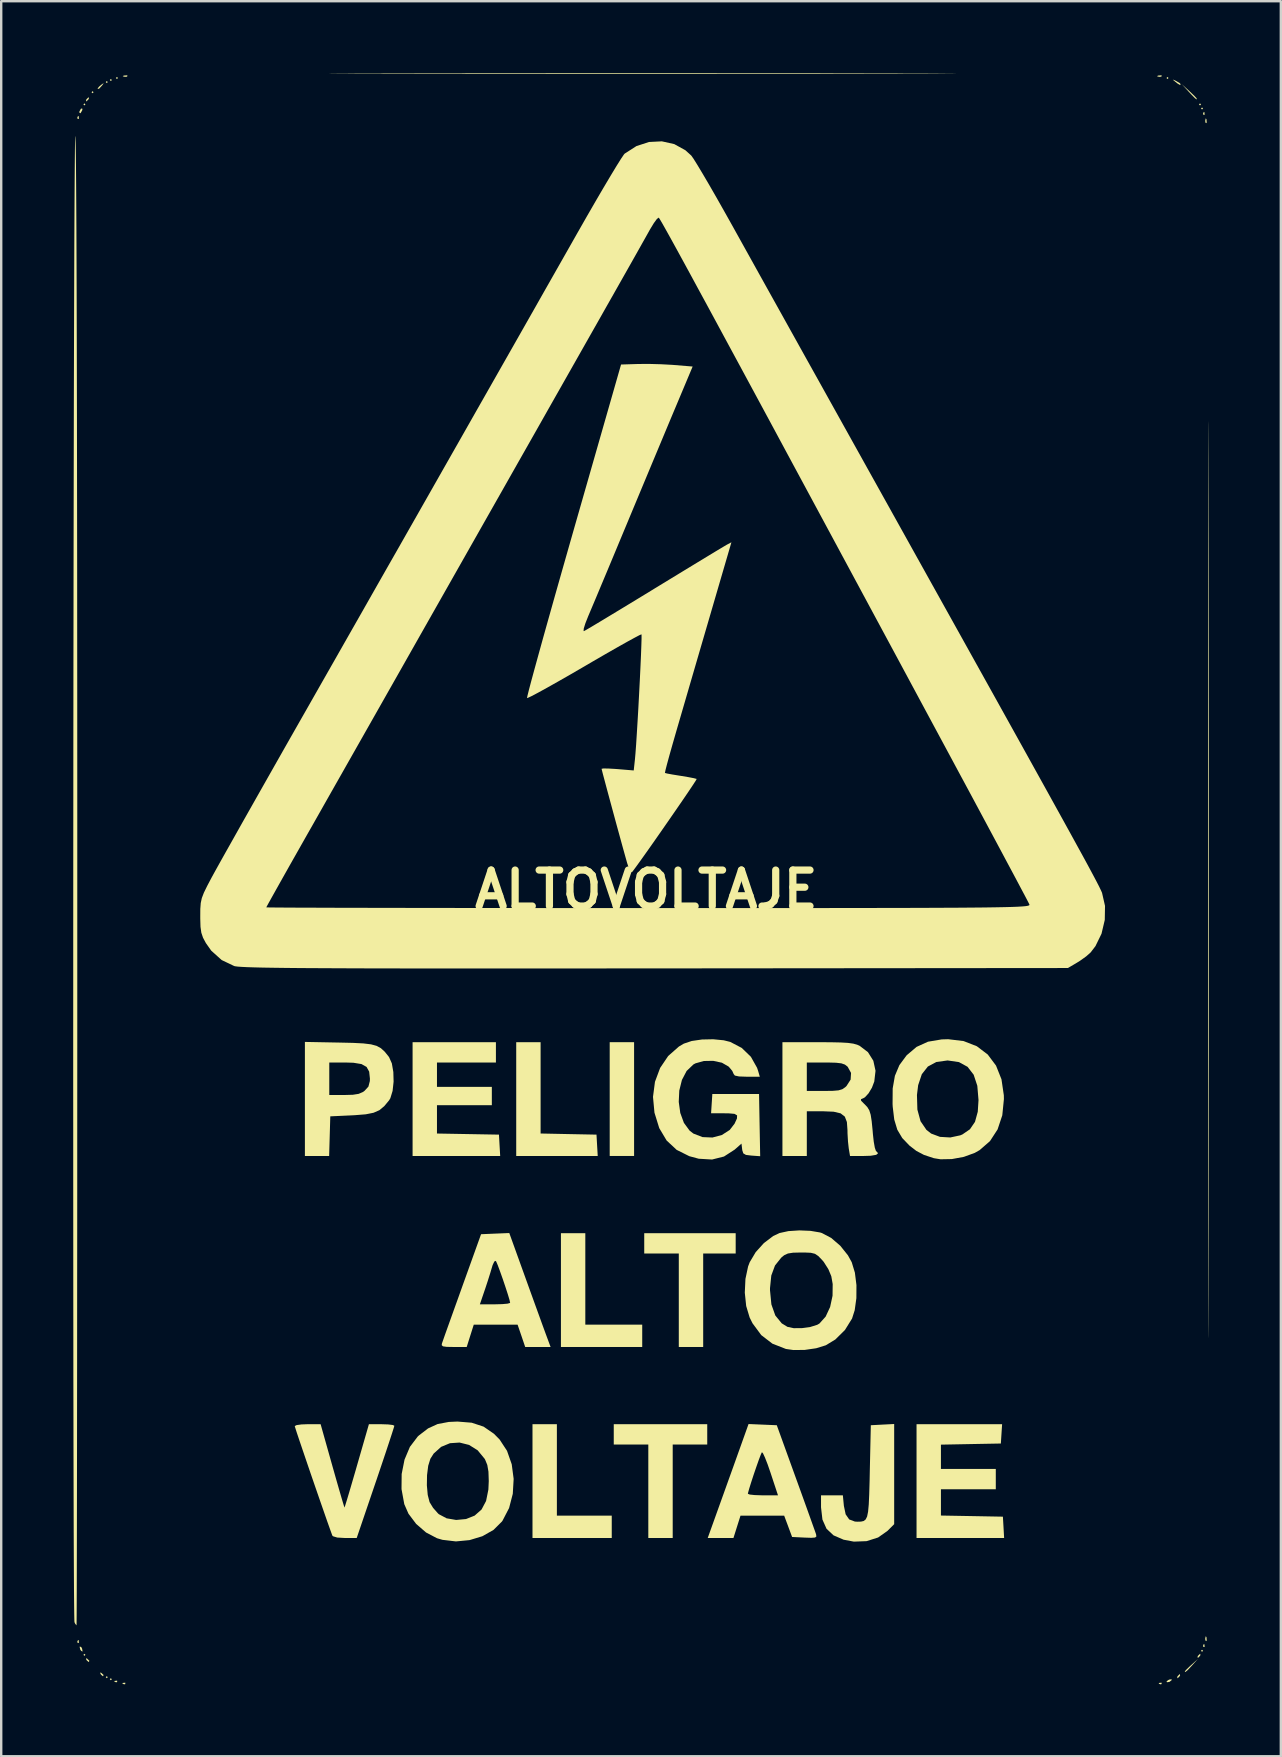
<source format=kicad_pcb>
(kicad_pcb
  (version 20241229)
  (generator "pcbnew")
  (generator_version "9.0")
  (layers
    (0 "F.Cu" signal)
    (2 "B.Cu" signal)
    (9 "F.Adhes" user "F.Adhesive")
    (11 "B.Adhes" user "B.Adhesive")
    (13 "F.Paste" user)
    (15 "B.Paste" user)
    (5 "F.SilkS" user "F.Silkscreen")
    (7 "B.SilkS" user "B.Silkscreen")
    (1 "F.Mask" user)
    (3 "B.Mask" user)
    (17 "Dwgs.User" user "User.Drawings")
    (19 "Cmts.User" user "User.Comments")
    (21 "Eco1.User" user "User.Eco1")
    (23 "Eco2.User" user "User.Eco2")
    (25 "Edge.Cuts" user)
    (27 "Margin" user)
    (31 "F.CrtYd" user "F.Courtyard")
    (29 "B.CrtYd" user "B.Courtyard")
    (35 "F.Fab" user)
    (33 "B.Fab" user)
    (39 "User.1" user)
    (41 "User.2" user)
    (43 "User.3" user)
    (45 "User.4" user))
  (footprint "ALTOVOLTAJE"
    (layer "F.Cu")
    (at 23.878 34.024)
    (property "Reference" "ALTOVOLTAJE" (at 0 0 0) (layer "F.SilkS") (effects (font (size 1.5 1.5) (thickness 0.3))))
    (attr board_only exclude_from_pos_files exclude_from_bom)
    (fp_poly (pts (xy -23.368 -32.724) (xy -23.41 -32.681) (xy -23.453 -32.724) (xy -23.41 -32.766)) (stroke (width 0) (type solid)) (fill yes) (layer "F.SilkS"))
    (fp_poly (pts (xy -23.368 31.877) (xy -23.41 31.919) (xy -23.453 31.877) (xy -23.41 31.835)) (stroke (width 0) (type solid)) (fill yes) (layer "F.SilkS"))
    (fp_poly (pts (xy -23.029 -33.232) (xy -23.072 -33.189) (xy -23.114 -33.232) (xy -23.072 -33.274)) (stroke (width 0) (type solid)) (fill yes) (layer "F.SilkS"))
    (fp_poly (pts (xy -22.437 -33.655) (xy -22.479 -33.613) (xy -22.521 -33.655) (xy -22.479 -33.697)) (stroke (width 0) (type solid)) (fill yes) (layer "F.SilkS"))
    (fp_poly (pts (xy -22.437 32.808) (xy -22.479 32.851) (xy -22.521 32.808) (xy -22.479 32.766)) (stroke (width 0) (type solid)) (fill yes) (layer "F.SilkS"))
    (fp_poly (pts (xy -22.267 -33.74) (xy -22.31 -33.697) (xy -22.352 -33.74) (xy -22.31 -33.782)) (stroke (width 0) (type solid)) (fill yes) (layer "F.SilkS"))
    (fp_poly (pts (xy -22.267 32.893) (xy -22.31 32.935) (xy -22.352 32.893) (xy -22.31 32.851)) (stroke (width 0) (type solid)) (fill yes) (layer "F.SilkS"))
    (fp_poly (pts (xy -22.013 -33.824) (xy -22.056 -33.782) (xy -22.098 -33.824) (xy -22.056 -33.867)) (stroke (width 0) (type solid)) (fill yes) (layer "F.SilkS"))
    (fp_poly (pts (xy 21.759 -33.824) (xy 21.717 -33.782) (xy 21.675 -33.824) (xy 21.717 -33.867)) (stroke (width 0) (type solid)) (fill yes) (layer "F.SilkS"))
    (fp_poly (pts (xy 23.114 -32.724) (xy 23.072 -32.681) (xy 23.029 -32.724) (xy 23.072 -32.766)) (stroke (width 0) (type solid)) (fill yes) (layer "F.SilkS"))
    (fp_poly (pts (xy 23.199 -32.554) (xy 23.156 -32.512) (xy 23.114 -32.554) (xy 23.156 -32.597)) (stroke (width 0) (type solid)) (fill yes) (layer "F.SilkS"))
    (fp_poly (pts (xy 23.199 31.708) (xy 23.156 31.75) (xy 23.114 31.708) (xy 23.156 31.665)) (stroke (width 0) (type solid)) (fill yes) (layer "F.SilkS"))
    (fp_poly (pts (xy -23.65 -32.23) (xy -23.64 -32.129) (xy -23.65 -32.117) (xy -23.701 -32.129) (xy -23.707 -32.173) (xy -23.676 -32.243)) (stroke (width 0) (type solid)) (fill yes) (layer "F.SilkS"))
    (fp_poly (pts (xy -23.65 31.27) (xy -23.64 31.371) (xy -23.65 31.383) (xy -23.701 31.371) (xy -23.707 31.327) (xy -23.676 31.257)) (stroke (width 0) (type solid)) (fill yes) (layer "F.SilkS"))
    (fp_poly (pts (xy -22.042 32.964) (xy -22.053 33.014) (xy -22.098 33.02) (xy -22.168 32.989) (xy -22.154 32.964) (xy -22.054 32.953)) (stroke (width 0) (type solid)) (fill yes) (layer "F.SilkS"))
    (fp_poly (pts (xy -21.703 33.048) (xy -21.715 33.099) (xy -21.759 33.105) (xy -21.829 33.074) (xy -21.816 33.048) (xy -21.715 33.038)) (stroke (width 0) (type solid)) (fill yes) (layer "F.SilkS"))
    (fp_poly (pts (xy -21.613 -33.918) (xy -21.638 -33.879) (xy -21.724 -33.873) (xy -21.814 -33.894) (xy -21.775 -33.925) (xy -21.643 -33.935)) (stroke (width 0) (type solid)) (fill yes) (layer "F.SilkS"))
    (fp_poly (pts (xy 21.477 33.048) (xy 21.465 33.099) (xy 21.421 33.105) (xy 21.351 33.074) (xy 21.364 33.048) (xy 21.465 33.038)) (stroke (width 0) (type solid)) (fill yes) (layer "F.SilkS"))
    (fp_poly (pts (xy 21.482 -33.918) (xy 21.457 -33.879) (xy 21.371 -33.873) (xy 21.281 -33.894) (xy 21.32 -33.925) (xy 21.452 -33.935)) (stroke (width 0) (type solid)) (fill yes) (layer "F.SilkS"))
    (fp_poly (pts (xy 23.255 -32.399) (xy 23.265 -32.299) (xy 23.255 -32.286) (xy 23.205 -32.298) (xy 23.199 -32.343) (xy 23.23 -32.412)) (stroke (width 0) (type solid)) (fill yes) (layer "F.SilkS"))
    (fp_poly (pts (xy 23.255 31.44) (xy 23.265 31.54) (xy 23.255 31.552) (xy 23.205 31.541) (xy 23.199 31.496) (xy 23.23 31.426)) (stroke (width 0) (type solid)) (fill yes) (layer "F.SilkS"))
    (fp_poly (pts (xy 23.341 -32.105) (xy 23.351 -31.972) (xy 23.334 -31.942) (xy 23.296 -31.968) (xy 23.29 -32.053) (xy 23.311 -32.144)) (stroke (width 0) (type solid)) (fill yes) (layer "F.SilkS"))
    (fp_poly (pts (xy 23.341 31.141) (xy 23.351 31.274) (xy 23.334 31.304) (xy 23.296 31.278) (xy 23.29 31.193) (xy 23.311 31.102)) (stroke (width 0) (type solid)) (fill yes) (layer "F.SilkS"))
    (fp_poly (pts (xy -23.54 31.558) (xy -23.508 31.619) (xy -23.486 31.739) (xy -23.543 31.715) (xy -23.583 31.66) (xy -23.609 31.549) (xy -23.599 31.529)) (stroke (width 0) (type solid)) (fill yes) (layer "F.SilkS"))
    (fp_poly (pts (xy -23.49 -32.54) (xy -23.505 -32.474) (xy -23.573 -32.355) (xy -23.618 -32.375) (xy -23.622 -32.422) (xy -23.561 -32.537) (xy -23.538 -32.554)) (stroke (width 0) (type solid)) (fill yes) (layer "F.SilkS"))
    (fp_poly (pts (xy -23.296 32.038) (xy -23.206 32.123) (xy -23.224 32.173) (xy -23.236 32.173) (xy -23.308 32.113) (xy -23.334 32.076) (xy -23.344 32.018)) (stroke (width 0) (type solid)) (fill yes) (layer "F.SilkS"))
    (fp_poly (pts (xy -22.704 32.631) (xy -22.613 32.716) (xy -22.632 32.765) (xy -22.643 32.766) (xy -22.715 32.706) (xy -22.741 32.668) (xy -22.751 32.61)) (stroke (width 0) (type solid)) (fill yes) (layer "F.SilkS"))
    (fp_poly (pts (xy 21.886 32.936) (xy 21.795 33.006) (xy 21.698 33.018) (xy 21.675 32.987) (xy 21.741 32.932) (xy 21.806 32.903) (xy 21.893 32.897)) (stroke (width 0) (type solid)) (fill yes) (layer "F.SilkS"))
    (fp_poly (pts (xy -23.225 -32.965) (xy -23.241 -32.935) (xy -23.321 -32.854) (xy -23.336 -32.851) (xy -23.341 -32.905) (xy -23.326 -32.935) (xy -23.246 -33.016) (xy -23.231 -33.02)) (stroke (width 0) (type solid)) (fill yes) (layer "F.SilkS"))
    (fp_poly (pts (xy -22.633 -33.568) (xy -22.68 -33.507) (xy -22.803 -33.375) (xy -22.859 -33.376) (xy -22.86 -33.391) (xy -22.802 -33.461) (xy -22.712 -33.539) (xy -22.612 -33.612)) (stroke (width 0) (type solid)) (fill yes) (layer "F.SilkS"))
    (fp_poly (pts (xy -0.508 8.721) (xy -0.508 11.091) (xy -1.016 11.091) (xy -1.524 11.091) (xy -1.524 8.721) (xy -1.524 6.35) (xy -1.016 6.35) (xy -0.508 6.35)) (stroke (width 0) (type solid)) (fill yes) (layer "F.SilkS"))
    (fp_poly (pts (xy 21.972 -33.749) (xy 22.077 -33.699) (xy 22.221 -33.615) (xy 22.267 -33.567) (xy 22.241 -33.532) (xy 22.139 -33.591) (xy 22.051 -33.66) (xy 21.942 -33.751)) (stroke (width 0) (type solid)) (fill yes) (layer "F.SilkS"))
    (fp_poly (pts (xy 22.241 32.736) (xy 22.225 32.766) (xy 22.145 32.847) (xy 22.13 32.851) (xy 22.125 32.796) (xy 22.14 32.766) (xy 22.22 32.685) (xy 22.235 32.681)) (stroke (width 0) (type solid)) (fill yes) (layer "F.SilkS"))
    (fp_poly (pts (xy 23.087 31.889) (xy 23.072 31.919) (xy 22.992 32) (xy 22.977 32.004) (xy 22.971 31.949) (xy 22.987 31.919) (xy 23.067 31.838) (xy 23.082 31.835)) (stroke (width 0) (type solid)) (fill yes) (layer "F.SilkS"))
    (fp_poly (pts (xy 22.627 -33.279) (xy 22.834 -33.083) (xy 22.93 -32.977) (xy 22.934 -32.937) (xy 22.919 -32.935) (xy 22.852 -32.992) (xy 22.71 -33.137) (xy 22.601 -33.253) (xy 22.31 -33.57)) (stroke (width 0) (type solid)) (fill yes) (layer "F.SilkS"))
    (fp_poly (pts (xy 22.738 32.322) (xy 22.558 32.514) (xy 22.464 32.592) (xy 22.437 32.571) (xy 22.437 32.57) (xy 22.493 32.503) (xy 22.636 32.364) (xy 22.712 32.295) (xy 22.987 32.046)) (stroke (width 0) (type solid)) (fill yes) (layer "F.SilkS"))
    (fp_poly (pts (xy -4.403 8.253) (xy -4.403 10.155) (xy -3.239 10.179) (xy -2.074 10.202) (xy -2.049 10.647) (xy -2.023 11.091) (xy -3.721 11.091) (xy -5.419 11.091) (xy -5.419 8.721) (xy -5.419 6.35) (xy -4.911 6.35) (xy -4.403 6.35)) (stroke (width 0) (type solid)) (fill yes) (layer "F.SilkS"))
    (fp_poly (pts (xy -3.725 24.172) (xy -3.725 26.077) (xy -2.582 26.077) (xy -1.439 26.077) (xy -1.439 26.543) (xy -1.439 27.009) (xy -3.09 27.009) (xy -4.741 27.009) (xy -4.741 24.638) (xy -4.741 22.267) (xy -4.233 22.267) (xy -3.725 22.267)) (stroke (width 0) (type solid)) (fill yes) (layer "F.SilkS"))
    (fp_poly (pts (xy -2.54 16.214) (xy -2.54 18.119) (xy -1.355 18.119) (xy -0.169 18.119) (xy -0.169 18.584) (xy -0.169 19.05) (xy -1.863 19.05) (xy -3.556 19.05) (xy -3.556 16.679) (xy -3.556 14.309) (xy -3.048 14.309) (xy -2.54 14.309)) (stroke (width 0) (type solid)) (fill yes) (layer "F.SilkS"))
    (fp_poly (pts (xy 2.54 22.691) (xy 2.54 23.114) (xy 1.82 23.114) (xy 1.101 23.114) (xy 1.101 25.061) (xy 1.101 27.009) (xy 0.593 27.009) (xy 0.085 27.009) (xy 0.085 25.061) (xy 0.085 23.114) (xy -0.635 23.114) (xy -1.355 23.114) (xy -1.355 22.691) (xy -1.355 22.267) (xy 0.593 22.267) (xy 2.54 22.267)) (stroke (width 0) (type solid)) (fill yes) (layer "F.SilkS"))
    (fp_poly (pts (xy 3.725 14.732) (xy 3.725 15.155) (xy 3.048 15.155) (xy 2.371 15.155) (xy 2.371 17.103) (xy 2.371 19.05) (xy 1.863 19.05) (xy 1.355 19.05) (xy 1.355 17.103) (xy 1.355 15.155) (xy 0.635 15.155) (xy -0.085 15.155) (xy -0.085 14.732) (xy -0.085 14.309) (xy 1.82 14.309) (xy 3.725 14.309)) (stroke (width 0) (type solid)) (fill yes) (layer "F.SilkS"))
    (fp_poly (pts (xy -6.265 6.773) (xy -6.265 7.197) (xy -7.493 7.197) (xy -8.721 7.197) (xy -8.721 7.705) (xy -8.721 8.213) (xy -7.578 8.213) (xy -6.435 8.213) (xy -6.435 8.594) (xy -6.435 8.975) (xy -7.578 8.975) (xy -8.721 8.975) (xy -8.721 9.565) (xy -8.721 10.156) (xy -7.429 10.179) (xy -6.138 10.202) (xy -6.113 10.647) (xy -6.087 11.091) (xy -7.912 11.091) (xy -9.737 11.091) (xy -9.737 8.721) (xy -9.737 6.35) (xy -8.001 6.35) (xy -6.265 6.35)) (stroke (width 0) (type solid)) (fill yes) (layer "F.SilkS"))
    (fp_poly (pts (xy 14.8 22.669) (xy 14.774 23.072) (xy 13.525 23.095) (xy 12.277 23.119) (xy 12.277 23.624) (xy 12.277 24.13) (xy 13.42 24.13) (xy 14.563 24.13) (xy 14.563 24.553) (xy 14.563 24.977) (xy 13.42 24.977) (xy 12.277 24.977) (xy 12.277 25.525) (xy 12.277 26.073) (xy 13.568 26.096) (xy 14.859 26.12) (xy 14.885 26.564) (xy 14.91 27.009) (xy 13.085 27.009) (xy 11.261 27.009) (xy 11.261 24.638) (xy 11.261 22.267) (xy 13.043 22.267) (xy 14.826 22.267)) (stroke (width 0) (type solid)) (fill yes) (layer "F.SilkS"))
    (fp_poly (pts (xy 10.329 24.346) (xy 10.329 26.433) (xy 10.05 26.712) (xy 9.659 26.988) (xy 9.18 27.14) (xy 8.649 27.16) (xy 8.223 27.08) (xy 7.801 26.898) (xy 7.51 26.623) (xy 7.34 26.242) (xy 7.282 25.74) (xy 7.281 25.705) (xy 7.281 25.231) (xy 7.736 25.231) (xy 8.191 25.231) (xy 8.233 25.668) (xy 8.307 26.022) (xy 8.455 26.235) (xy 8.693 26.324) (xy 8.8 26.33) (xy 8.945 26.326) (xy 9.057 26.301) (xy 9.14 26.237) (xy 9.201 26.114) (xy 9.242 25.912) (xy 9.27 25.611) (xy 9.289 25.192) (xy 9.305 24.634) (xy 9.313 24.239) (xy 9.356 22.31) (xy 9.842 22.284) (xy 10.329 22.259)) (stroke (width 0) (type solid)) (fill yes) (layer "F.SilkS"))
    (fp_poly (pts (xy -13.08 24.003) (xy -12.935 24.515) (xy -12.805 24.967) (xy -12.698 25.336) (xy -12.62 25.598) (xy -12.579 25.728) (xy -12.574 25.739) (xy -12.547 25.661) (xy -12.48 25.445) (xy -12.38 25.112) (xy -12.256 24.688) (xy -12.112 24.195) (xy -12.057 24.003) (xy -11.557 22.268) (xy -11.028 22.268) (xy -10.753 22.277) (xy -10.561 22.301) (xy -10.497 22.331) (xy -10.523 22.424) (xy -10.597 22.657) (xy -10.712 23.009) (xy -10.861 23.459) (xy -11.038 23.986) (xy -11.235 24.57) (xy -11.28 24.701) (xy -12.065 27.008) (xy -12.554 27.009) (xy -12.876 26.99) (xy -13.055 26.936) (xy -13.083 26.903) (xy -13.17 26.662) (xy -13.294 26.314) (xy -13.444 25.883) (xy -13.614 25.394) (xy -13.795 24.871) (xy -13.978 24.34) (xy -14.154 23.824) (xy -14.316 23.348) (xy -14.455 22.938) (xy -14.562 22.618) (xy -14.628 22.412) (xy -14.647 22.345) (xy -14.57 22.305) (xy -14.369 22.277) (xy -14.108 22.267) (xy -13.569 22.267)) (stroke (width 0) (type solid)) (fill yes) (layer "F.SilkS"))
    (fp_poly (pts (xy -12.791 6.366) (xy -12.219 6.379) (xy -11.789 6.401) (xy -11.47 6.44) (xy -11.236 6.503) (xy -11.057 6.601) (xy -10.904 6.74) (xy -10.75 6.929) (xy -10.716 6.975) (xy -10.601 7.234) (xy -10.539 7.594) (xy -10.528 7.996) (xy -10.57 8.38) (xy -10.664 8.686) (xy -10.716 8.773) (xy -10.917 9.015) (xy -11.119 9.183) (xy -11.363 9.29) (xy -11.687 9.355) (xy -12.132 9.391) (xy -12.261 9.398) (xy -13.166 9.44) (xy -13.19 10.266) (xy -13.214 11.091) (xy -13.719 11.091) (xy -14.224 11.091) (xy -14.224 8.715) (xy -14.224 7.874) (xy -13.208 7.874) (xy -13.208 8.551) (xy -12.584 8.551) (xy -12.226 8.541) (xy -11.985 8.503) (xy -11.811 8.428) (xy -11.738 8.376) (xy -11.577 8.2) (xy -11.518 7.97) (xy -11.515 7.868) (xy -11.546 7.577) (xy -11.655 7.381) (xy -11.866 7.262) (xy -12.203 7.207) (xy -12.531 7.197) (xy -13.208 7.197) (xy -13.208 7.874) (xy -14.224 7.874) (xy -14.224 6.339)) (stroke (width 0) (type solid)) (fill yes) (layer "F.SilkS"))
    (fp_poly (pts (xy 4.849 22.285) (xy 5.438 22.31) (xy 6.231 24.504) (xy 6.442 25.086) (xy 6.635 25.622) (xy 6.803 26.09) (xy 6.937 26.466) (xy 7.031 26.728) (xy 7.075 26.855) (xy 7.075 26.858) (xy 7.088 26.944) (xy 7.034 26.989) (xy 6.879 27.001) (xy 6.601 26.992) (xy 6.076 26.966) (xy 5.911 26.522) (xy 5.745 26.077) (xy 4.836 26.077) (xy 3.926 26.077) (xy 3.779 26.543) (xy 3.632 27.009) (xy 3.096 27.009) (xy 2.56 27.009) (xy 3.008 25.76) (xy 3.208 25.203) (xy 3.221 25.167) (xy 4.233 25.167) (xy 4.311 25.198) (xy 4.516 25.22) (xy 4.808 25.23) (xy 4.861 25.231) (xy 5.488 25.231) (xy 5.181 24.301) (xy 5.057 23.942) (xy 4.946 23.659) (xy 4.863 23.48) (xy 4.818 23.433) (xy 4.772 23.533) (xy 4.689 23.752) (xy 4.585 24.047) (xy 4.473 24.375) (xy 4.369 24.694) (xy 4.286 24.961) (xy 4.239 25.132) (xy 4.233 25.167) (xy 3.221 25.167) (xy 3.43 24.583) (xy 3.65 23.971) (xy 3.84 23.438) (xy 3.859 23.386) (xy 4.261 22.26)) (stroke (width 0) (type solid)) (fill yes) (layer "F.SilkS"))
    (fp_poly (pts (xy 2.367 -34.023) (xy 4.331 -34.022) (xy 6.228 -34.021) (xy 8.029 -34.019) (xy 9.703 -34.016) (xy 10.435 -34.015) (xy 11.254 -34.013) (xy 11.906 -34.011) (xy 12.395 -34.009) (xy 12.724 -34.008) (xy 12.896 -34.006) (xy 12.913 -34.005) (xy 12.78 -34.003) (xy 12.499 -34.002) (xy 12.073 -34) (xy 11.505 -33.999) (xy 10.798 -33.998) (xy 9.956 -33.997) (xy 8.981 -33.996) (xy 7.876 -33.995) (xy 6.645 -33.994) (xy 5.29 -33.994) (xy 3.815 -33.993) (xy 2.223 -33.993) (xy 0.516 -33.993) (xy -0.169 -33.993) (xy -1.919 -33.993) (xy -3.556 -33.993) (xy -5.076 -33.994) (xy -6.477 -33.994) (xy -7.756 -33.995) (xy -8.91 -33.996) (xy -9.935 -33.996) (xy -10.829 -33.997) (xy -11.588 -33.999) (xy -12.21 -34) (xy -12.691 -34.001) (xy -13.028 -34.002) (xy -13.218 -34.004) (xy -13.259 -34.005) (xy -13.147 -34.007) (xy -12.879 -34.009) (xy -12.452 -34.011) (xy -11.862 -34.012) (xy -11.108 -34.014) (xy -10.774 -34.015) (xy -9.168 -34.018) (xy -7.423 -34.02) (xy -5.567 -34.022) (xy -3.631 -34.023) (xy -1.644 -34.024) (xy 0.366 -34.024)) (stroke (width 0) (type solid)) (fill yes) (layer "F.SilkS"))
    (fp_poly (pts (xy -5.043 16.147) (xy -4.84 16.71) (xy -4.644 17.252) (xy -4.466 17.743) (xy -4.319 18.15) (xy -4.212 18.442) (xy -4.183 18.521) (xy -3.987 19.05) (xy -4.516 19.05) (xy -5.045 19.05) (xy -5.203 18.584) (xy -5.362 18.119) (xy -6.275 18.119) (xy -7.188 18.119) (xy -7.335 18.584) (xy -7.482 19.05) (xy -8.022 19.05) (xy -8.314 19.045) (xy -8.471 19.023) (xy -8.524 18.973) (xy -8.514 18.902) (xy -8.473 18.786) (xy -8.384 18.532) (xy -8.252 18.163) (xy -8.087 17.702) (xy -7.933 17.272) (xy -6.933 17.272) (xy -6.303 17.272) (xy -6 17.264) (xy -5.777 17.244) (xy -5.675 17.214) (xy -5.673 17.209) (xy -5.699 17.088) (xy -5.769 16.854) (xy -5.868 16.55) (xy -5.98 16.218) (xy -6.092 15.902) (xy -6.188 15.644) (xy -6.255 15.487) (xy -6.27 15.462) (xy -6.331 15.487) (xy -6.402 15.637) (xy -6.426 15.716) (xy -6.499 15.963) (xy -6.605 16.299) (xy -6.721 16.651) (xy -6.724 16.658) (xy -6.933 17.272) (xy -7.933 17.272) (xy -7.896 17.17) (xy -7.688 16.589) (xy -7.675 16.552) (xy -6.884 14.351) (xy -6.296 14.326) (xy -5.708 14.302)) (stroke (width 0) (type solid)) (fill yes) (layer "F.SilkS"))
    (fp_poly (pts (xy 13.22 6.303) (xy 13.773 6.519) (xy 14.227 6.864) (xy 14.573 7.326) (xy 14.8 7.896) (xy 14.898 8.562) (xy 14.901 8.721) (xy 14.834 9.395) (xy 14.638 9.984) (xy 14.321 10.472) (xy 13.891 10.846) (xy 13.685 10.963) (xy 13.232 11.128) (xy 12.734 11.22) (xy 12.26 11.229) (xy 11.98 11.183) (xy 11.57 11.047) (xy 11.251 10.879) (xy 10.969 10.661) (xy 10.666 10.345) (xy 10.459 9.996) (xy 10.332 9.573) (xy 10.268 9.035) (xy 10.262 8.92) (xy 10.265 8.55) (xy 11.278 8.55) (xy 11.296 9.159) (xy 11.428 9.644) (xy 11.673 10.004) (xy 11.869 10.157) (xy 12.238 10.295) (xy 12.667 10.32) (xy 13.084 10.231) (xy 13.173 10.193) (xy 13.486 9.978) (xy 13.696 9.67) (xy 13.812 9.248) (xy 13.843 8.763) (xy 13.793 8.167) (xy 13.641 7.706) (xy 13.387 7.377) (xy 13.028 7.18) (xy 12.564 7.112) (xy 12.548 7.112) (xy 12.087 7.175) (xy 11.732 7.365) (xy 11.48 7.686) (xy 11.328 8.142) (xy 11.278 8.55) (xy 10.265 8.55) (xy 10.267 8.277) (xy 10.359 7.751) (xy 10.546 7.306) (xy 10.839 6.909) (xy 10.856 6.89) (xy 11.262 6.546) (xy 11.737 6.33) (xy 12.309 6.234) (xy 12.578 6.226)) (stroke (width 0) (type solid)) (fill yes) (layer "F.SilkS"))
    (fp_poly (pts (xy -7.274 22.205) (xy -6.778 22.369) (xy -6.347 22.666) (xy -6.112 22.904) (xy -5.802 23.377) (xy -5.606 23.938) (xy -5.526 24.547) (xy -5.562 25.167) (xy -5.716 25.76) (xy -5.988 26.285) (xy -6.015 26.323) (xy -6.367 26.673) (xy -6.83 26.935) (xy -7.364 27.097) (xy -7.932 27.151) (xy -8.492 27.085) (xy -8.721 27.018) (xy -9.176 26.779) (xy -9.587 26.424) (xy -9.909 25.996) (xy -10.083 25.599) (xy -10.198 24.972) (xy -10.197 24.816) (xy -9.142 24.816) (xy -9.106 25.215) (xy -9.029 25.513) (xy -8.884 25.752) (xy -8.678 25.985) (xy -8.641 26.018) (xy -8.319 26.189) (xy -7.922 26.257) (xy -7.511 26.219) (xy -7.152 26.076) (xy -6.863 25.821) (xy -6.675 25.466) (xy -6.579 24.992) (xy -6.563 24.638) (xy -6.576 24.246) (xy -6.624 23.965) (xy -6.717 23.739) (xy -6.736 23.707) (xy -7.025 23.356) (xy -7.383 23.131) (xy -7.779 23.032) (xy -8.179 23.059) (xy -8.549 23.212) (xy -8.859 23.492) (xy -8.996 23.708) (xy -9.086 23.999) (xy -9.135 24.389) (xy -9.142 24.816) (xy -10.197 24.816) (xy -10.192 24.342) (xy -10.073 23.743) (xy -9.849 23.212) (xy -9.526 22.785) (xy -9.474 22.736) (xy -9.091 22.442) (xy -8.695 22.261) (xy -8.23 22.173) (xy -7.869 22.157)) (stroke (width 0) (type solid)) (fill yes) (layer "F.SilkS"))
    (fp_poly (pts (xy 23.424 -19.385) (xy 23.425 -19.096) (xy 23.426 -18.649) (xy 23.428 -18.041) (xy 23.429 -17.27) (xy 23.431 -16.334) (xy 23.431 -15.896) (xy 23.434 -13.973) (xy 23.436 -11.904) (xy 23.438 -9.715) (xy 23.439 -7.43) (xy 23.44 -5.074) (xy 23.44 -2.67) (xy 23.44 -0.244) (xy 23.44 2.18) (xy 23.44 4.579) (xy 23.439 6.926) (xy 23.437 9.198) (xy 23.436 11.371) (xy 23.434 13.42) (xy 23.431 15.05) (xy 23.43 16.056) (xy 23.429 16.895) (xy 23.427 17.57) (xy 23.426 18.083) (xy 23.424 18.437) (xy 23.423 18.635) (xy 23.422 18.678) (xy 23.42 18.57) (xy 23.419 18.312) (xy 23.418 17.908) (xy 23.417 17.36) (xy 23.416 16.671) (xy 23.415 15.842) (xy 23.414 14.877) (xy 23.413 13.778) (xy 23.413 12.548) (xy 23.412 11.189) (xy 23.411 9.704) (xy 23.411 8.095) (xy 23.41 6.365) (xy 23.41 4.516) (xy 23.41 2.55) (xy 23.41 0.472) (xy 23.41 -0.423) (xy 23.41 -2.549) (xy 23.41 -4.561) (xy 23.41 -6.459) (xy 23.411 -8.239) (xy 23.411 -9.898) (xy 23.412 -11.435) (xy 23.412 -12.847) (xy 23.413 -14.131) (xy 23.414 -15.284) (xy 23.415 -16.305) (xy 23.416 -17.19) (xy 23.417 -17.938) (xy 23.418 -18.545) (xy 23.419 -19.009) (xy 23.42 -19.327) (xy 23.421 -19.498) (xy 23.422 -19.518)) (stroke (width 0) (type solid)) (fill yes) (layer "F.SilkS"))
    (fp_poly (pts (xy 6.842 14.211) (xy 7.239 14.278) (xy 7.317 14.302) (xy 7.706 14.507) (xy 8.083 14.832) (xy 8.401 15.229) (xy 8.56 15.517) (xy 8.692 15.952) (xy 8.757 16.472) (xy 8.754 17.015) (xy 8.684 17.519) (xy 8.574 17.865) (xy 8.277 18.343) (xy 7.876 18.739) (xy 7.48 18.979) (xy 7.078 19.103) (xy 6.601 19.172) (xy 6.131 19.177) (xy 5.818 19.132) (xy 5.254 18.911) (xy 4.791 18.555) (xy 4.427 18.063) (xy 4.307 17.822) (xy 4.163 17.344) (xy 4.105 16.785) (xy 4.11 16.683) (xy 5.155 16.683) (xy 5.213 17.277) (xy 5.376 17.737) (xy 5.644 18.065) (xy 5.884 18.212) (xy 6.142 18.266) (xy 6.482 18.265) (xy 6.833 18.216) (xy 7.122 18.126) (xy 7.215 18.072) (xy 7.474 17.784) (xy 7.66 17.383) (xy 7.761 16.916) (xy 7.767 16.428) (xy 7.709 16.101) (xy 7.586 15.807) (xy 7.397 15.51) (xy 7.325 15.424) (xy 7.166 15.26) (xy 7.028 15.167) (xy 6.856 15.125) (xy 6.592 15.113) (xy 6.448 15.113) (xy 6.117 15.121) (xy 5.901 15.155) (xy 5.744 15.228) (xy 5.626 15.325) (xy 5.363 15.655) (xy 5.209 16.072) (xy 5.155 16.601) (xy 5.155 16.683) (xy 4.11 16.683) (xy 4.132 16.213) (xy 4.243 15.692) (xy 4.31 15.517) (xy 4.56 15.097) (xy 4.903 14.718) (xy 5.289 14.426) (xy 5.553 14.302) (xy 5.922 14.222) (xy 6.377 14.192)) (stroke (width 0) (type solid)) (fill yes) (layer "F.SilkS"))
    (fp_poly (pts (xy 3.227 6.271) (xy 3.5 6.339) (xy 3.977 6.589) (xy 4.359 6.959) (xy 4.617 7.418) (xy 4.66 7.547) (xy 4.73 7.789) (xy 4.185 7.789) (xy 3.866 7.778) (xy 3.692 7.741) (xy 3.641 7.677) (xy 3.583 7.547) (xy 3.444 7.38) (xy 3.428 7.365) (xy 3.151 7.205) (xy 2.786 7.127) (xy 2.399 7.134) (xy 2.051 7.231) (xy 1.964 7.278) (xy 1.681 7.549) (xy 1.485 7.924) (xy 1.375 8.367) (xy 1.353 8.838) (xy 1.417 9.299) (xy 1.568 9.711) (xy 1.806 10.036) (xy 1.964 10.158) (xy 2.346 10.305) (xy 2.756 10.322) (xy 3.148 10.218) (xy 3.478 10.006) (xy 3.679 9.745) (xy 3.778 9.529) (xy 3.784 9.4) (xy 3.676 9.336) (xy 3.432 9.315) (xy 3.255 9.313) (xy 2.7 9.313) (xy 2.726 8.911) (xy 2.752 8.509) (xy 3.725 8.509) (xy 4.699 8.509) (xy 4.722 9.805) (xy 4.746 11.101) (xy 4.384 11.075) (xy 4.153 11.047) (xy 4.042 10.982) (xy 3.999 10.848) (xy 3.995 10.813) (xy 3.967 10.576) (xy 3.679 10.829) (xy 3.238 11.114) (xy 2.741 11.239) (xy 2.186 11.206) (xy 1.793 11.1) (xy 1.265 10.836) (xy 0.848 10.447) (xy 0.54 9.93) (xy 0.341 9.287) (xy 0.28 8.629) (xy 0.362 8) (xy 0.577 7.423) (xy 0.913 6.925) (xy 1.36 6.531) (xy 1.565 6.41) (xy 1.893 6.3) (xy 2.322 6.238) (xy 2.787 6.228)) (stroke (width 0) (type solid)) (fill yes) (layer "F.SilkS"))
    (fp_poly (pts (xy 7.133 6.35) (xy 7.689 6.353) (xy 8.104 6.362) (xy 8.406 6.38) (xy 8.623 6.41) (xy 8.783 6.454) (xy 8.884 6.498) (xy 9.235 6.764) (xy 9.46 7.122) (xy 9.552 7.541) (xy 9.5 7.989) (xy 9.403 8.245) (xy 9.263 8.479) (xy 9.114 8.643) (xy 9.049 8.682) (xy 8.945 8.726) (xy 8.951 8.789) (xy 9.075 8.915) (xy 9.094 8.932) (xy 9.21 9.054) (xy 9.292 9.189) (xy 9.35 9.373) (xy 9.392 9.643) (xy 9.431 10.035) (xy 9.443 10.181) (xy 9.478 10.497) (xy 9.522 10.744) (xy 9.566 10.875) (xy 9.575 10.884) (xy 9.659 10.976) (xy 9.582 11.043) (xy 9.351 11.082) (xy 9.07 11.091) (xy 8.489 11.091) (xy 8.436 10.774) (xy 8.405 10.493) (xy 8.385 10.153) (xy 8.383 10.012) (xy 8.359 9.677) (xy 8.273 9.452) (xy 8.097 9.315) (xy 7.808 9.247) (xy 7.377 9.229) (xy 7.366 9.229) (xy 6.689 9.229) (xy 6.689 10.16) (xy 6.689 11.091) (xy 6.181 11.091) (xy 5.673 11.091) (xy 5.673 8.721) (xy 5.673 7.789) (xy 6.689 7.789) (xy 6.689 8.382) (xy 7.412 8.382) (xy 7.773 8.377) (xy 8.009 8.357) (xy 8.165 8.311) (xy 8.285 8.23) (xy 8.344 8.174) (xy 8.514 7.909) (xy 8.532 7.631) (xy 8.394 7.379) (xy 8.382 7.366) (xy 8.275 7.283) (xy 8.129 7.232) (xy 7.906 7.206) (xy 7.563 7.197) (xy 7.451 7.197) (xy 6.689 7.197) (xy 6.689 7.789) (xy 5.673 7.789) (xy 5.673 6.35)) (stroke (width 0) (type solid)) (fill yes) (layer "F.SilkS"))
    (fp_poly (pts (xy -23.783 -31.339) (xy -23.776 -31.1) (xy -23.769 -30.693) (xy -23.762 -30.122) (xy -23.756 -29.387) (xy -23.75 -28.49) (xy -23.744 -27.433) (xy -23.739 -26.216) (xy -23.734 -24.841) (xy -23.73 -23.311) (xy -23.726 -21.625) (xy -23.722 -19.786) (xy -23.719 -17.795) (xy -23.716 -15.653) (xy -23.713 -13.363) (xy -23.712 -10.924) (xy -23.71 -8.34) (xy -23.709 -5.611) (xy -23.708 -2.738) (xy -23.708 -0.445) (xy -23.708 1.84) (xy -23.708 4.081) (xy -23.708 6.272) (xy -23.709 8.408) (xy -23.71 10.483) (xy -23.71 12.49) (xy -23.711 14.424) (xy -23.713 16.28) (xy -23.714 18.05) (xy -23.715 19.73) (xy -23.717 21.312) (xy -23.718 22.792) (xy -23.72 24.164) (xy -23.722 25.421) (xy -23.724 26.557) (xy -23.726 27.567) (xy -23.728 28.445) (xy -23.73 29.185) (xy -23.732 29.78) (xy -23.734 30.226) (xy -23.737 30.516) (xy -23.739 30.643) (xy -23.74 30.649) (xy -23.794 30.583) (xy -23.825 30.515) (xy -23.83 30.417) (xy -23.835 30.157) (xy -23.84 29.742) (xy -23.845 29.18) (xy -23.849 28.478) (xy -23.853 27.643) (xy -23.857 26.683) (xy -23.86 25.604) (xy -23.863 24.414) (xy -23.866 23.12) (xy -23.868 21.73) (xy -23.871 20.251) (xy -23.872 18.69) (xy -23.874 17.053) (xy -23.875 15.35) (xy -23.876 13.586) (xy -23.877 11.769) (xy -23.877 9.906) (xy -23.878 8.005) (xy -23.878 6.073) (xy -23.877 4.116) (xy -23.877 2.143) (xy -23.876 0.16) (xy -23.875 -1.824) (xy -23.873 -3.804) (xy -23.872 -5.772) (xy -23.87 -7.72) (xy -23.868 -9.641) (xy -23.865 -11.528) (xy -23.863 -13.374) (xy -23.86 -15.171) (xy -23.857 -16.913) (xy -23.854 -18.591) (xy -23.851 -20.199) (xy -23.847 -21.729) (xy -23.843 -23.175) (xy -23.839 -24.529) (xy -23.835 -25.783) (xy -23.831 -26.931) (xy -23.826 -27.964) (xy -23.821 -28.877) (xy -23.816 -29.661) (xy -23.811 -30.31) (xy -23.806 -30.816) (xy -23.801 -31.172) (xy -23.795 -31.37) (xy -23.791 -31.411)) (stroke (width 0) (type solid)) (fill yes) (layer "F.SilkS"))
    (fp_poly (pts (xy 0.619 -21.897) (xy 1.096 -21.871) (xy 1.157 -21.866) (xy 1.932 -21.802) (xy 1.274 -20.235) (xy 1.091 -19.8) (xy 0.855 -19.236) (xy 0.578 -18.572) (xy 0.27 -17.836) (xy -0.055 -17.056) (xy -0.387 -16.26) (xy -0.714 -15.476) (xy -0.759 -15.367) (xy -1.065 -14.634) (xy -1.36 -13.925) (xy -1.637 -13.261) (xy -1.888 -12.663) (xy -2.102 -12.151) (xy -2.273 -11.746) (xy -2.39 -11.469) (xy -2.419 -11.401) (xy -2.538 -11.1) (xy -2.605 -10.884) (xy -2.612 -10.781) (xy -2.597 -10.778) (xy -2.503 -10.83) (xy -2.281 -10.96) (xy -1.947 -11.16) (xy -1.518 -11.419) (xy -1.009 -11.727) (xy -0.436 -12.075) (xy 0.183 -12.452) (xy 0.342 -12.55) (xy 0.975 -12.936) (xy 1.568 -13.297) (xy 2.104 -13.623) (xy 2.567 -13.904) (xy 2.94 -14.13) (xy 3.206 -14.289) (xy 3.348 -14.373) (xy 3.361 -14.38) (xy 3.547 -14.479) (xy 3.43 -14.076) (xy 3.243 -13.436) (xy 3.028 -12.7) (xy 2.793 -11.895) (xy 2.546 -11.049) (xy 2.295 -10.19) (xy 2.049 -9.346) (xy 1.815 -8.544) (xy 1.602 -7.812) (xy 1.417 -7.177) (xy 1.269 -6.669) (xy 1.229 -6.531) (xy 1.086 -6.033) (xy 0.962 -5.594) (xy 0.865 -5.238) (xy 0.801 -4.989) (xy 0.778 -4.873) (xy 0.778 -4.868) (xy 0.868 -4.844) (xy 1.083 -4.804) (xy 1.379 -4.756) (xy 1.436 -4.747) (xy 1.743 -4.696) (xy 1.977 -4.651) (xy 2.095 -4.62) (xy 2.1 -4.617) (xy 2.06 -4.545) (xy 1.937 -4.356) (xy 1.747 -4.072) (xy 1.503 -3.714) (xy 1.221 -3.304) (xy 0.916 -2.863) (xy 0.603 -2.412) (xy 0.297 -1.974) (xy 0.012 -1.57) (xy -0.237 -1.22) (xy -0.434 -0.948) (xy -0.564 -0.773) (xy -0.6 -0.73) (xy -0.656 -0.761) (xy -0.733 -0.921) (xy -0.796 -1.111) (xy -0.88 -1.41) (xy -0.989 -1.801) (xy -1.114 -2.257) (xy -1.25 -2.752) (xy -1.387 -3.258) (xy -1.52 -3.749) (xy -1.641 -4.197) (xy -1.742 -4.575) (xy -1.817 -4.858) (xy -1.857 -5.017) (xy -1.863 -5.041) (xy -1.785 -5.055) (xy -1.579 -5.052) (xy -1.284 -5.035) (xy -1.193 -5.028) (xy -0.523 -4.972) (xy -0.473 -5.428) (xy -0.451 -5.674) (xy -0.424 -6.036) (xy -0.395 -6.491) (xy -0.363 -7.013) (xy -0.33 -7.577) (xy -0.299 -8.159) (xy -0.269 -8.733) (xy -0.243 -9.275) (xy -0.221 -9.759) (xy -0.206 -10.161) (xy -0.197 -10.456) (xy -0.197 -10.619) (xy -0.201 -10.643) (xy -0.28 -10.611) (xy -0.487 -10.502) (xy -0.805 -10.328) (xy -1.217 -10.096) (xy -1.703 -9.818) (xy -2.247 -9.503) (xy -2.578 -9.309) (xy -3.148 -8.978) (xy -3.671 -8.679) (xy -4.129 -8.421) (xy -4.505 -8.214) (xy -4.78 -8.069) (xy -4.938 -7.995) (xy -4.968 -7.988) (xy -4.953 -8.075) (xy -4.894 -8.313) (xy -4.795 -8.689) (xy -4.658 -9.193) (xy -4.488 -9.811) (xy -4.288 -10.533) (xy -4.06 -11.346) (xy -3.809 -12.238) (xy -3.537 -13.197) (xy -3.248 -14.212) (xy -3.034 -14.962) (xy -1.051 -21.886) (xy -0.335 -21.908) (xy 0.108 -21.911)) (stroke (width 0) (type solid)) (fill yes) (layer "F.SilkS"))
    (fp_poly (pts (xy 1.164 -31.071) (xy 1.628 -30.815) (xy 1.873 -30.594) (xy 1.965 -30.465) (xy 2.127 -30.206) (xy 2.349 -29.836) (xy 2.62 -29.374) (xy 2.928 -28.838) (xy 3.263 -28.246) (xy 3.577 -27.686) (xy 3.836 -27.22) (xy 4.169 -26.621) (xy 4.567 -25.905) (xy 5.022 -25.087) (xy 5.526 -24.182) (xy 6.07 -23.205) (xy 6.645 -22.172) (xy 7.244 -21.098) (xy 7.857 -19.997) (xy 8.476 -18.886) (xy 9.092 -17.78) (xy 9.186 -17.611) (xy 10.247 -15.707) (xy 11.228 -13.945) (xy 12.133 -12.32) (xy 12.965 -10.827) (xy 13.727 -9.458) (xy 14.422 -8.21) (xy 15.053 -7.075) (xy 15.623 -6.05) (xy 16.135 -5.127) (xy 16.593 -4.302) (xy 16.999 -3.568) (xy 17.357 -2.921) (xy 17.669 -2.355) (xy 17.939 -1.863) (xy 18.171 -1.441) (xy 18.366 -1.083) (xy 18.528 -0.782) (xy 18.66 -0.535) (xy 18.766 -0.334) (xy 18.848 -0.175) (xy 18.909 -0.051) (xy 18.953 0.042) (xy 18.983 0.111) (xy 18.99 0.127) (xy 19.114 0.671) (xy 19.104 1.255) (xy 18.968 1.831) (xy 18.715 2.349) (xy 18.513 2.612) (xy 18.33 2.774) (xy 18.074 2.957) (xy 17.949 3.035) (xy 17.568 3.26) (xy 0.381 3.276) (xy -1.68 3.277) (xy -3.578 3.279) (xy -5.32 3.279) (xy -6.911 3.279) (xy -8.359 3.279) (xy -9.669 3.278) (xy -10.849 3.276) (xy -11.903 3.274) (xy -12.84 3.27) (xy -13.665 3.266) (xy -14.385 3.262) (xy -15.005 3.256) (xy -15.533 3.249) (xy -15.975 3.242) (xy -16.338 3.233) (xy -16.626 3.224) (xy -16.848 3.213) (xy -17.01 3.202) (xy -17.117 3.189) (xy -17.169 3.178) (xy -17.693 2.927) (xy -18.127 2.536) (xy -18.35 2.22) (xy -18.469 1.997) (xy -18.539 1.79) (xy -18.574 1.542) (xy -18.584 1.194) (xy -18.584 1.101) (xy -18.582 0.79) (xy -18.577 0.732) (xy -15.833 0.732) (xy -15.749 0.735) (xy -15.505 0.738) (xy -15.108 0.741) (xy -14.566 0.744) (xy -13.888 0.746) (xy -13.082 0.749) (xy -12.156 0.751) (xy -11.119 0.753) (xy -9.979 0.755) (xy -8.743 0.757) (xy -7.421 0.758) (xy -6.021 0.76) (xy -4.55 0.761) (xy -3.018 0.761) (xy -1.432 0.762) (xy 0.094 0.762) (xy 2.024 0.762) (xy 3.792 0.762) (xy 5.405 0.761) (xy 6.87 0.761) (xy 8.194 0.76) (xy 9.383 0.758) (xy 10.446 0.756) (xy 11.389 0.754) (xy 12.219 0.75) (xy 12.944 0.747) (xy 13.57 0.742) (xy 14.104 0.737) (xy 14.554 0.73) (xy 14.926 0.723) (xy 15.228 0.715) (xy 15.467 0.706) (xy 15.65 0.695) (xy 15.783 0.684) (xy 15.874 0.671) (xy 15.93 0.657) (xy 15.959 0.641) (xy 15.966 0.624) (xy 15.964 0.614) (xy 15.916 0.517) (xy 15.794 0.283) (xy 15.603 -0.076) (xy 15.352 -0.549) (xy 15.044 -1.125) (xy 14.688 -1.792) (xy 14.289 -2.537) (xy 13.854 -3.349) (xy 13.388 -4.217) (xy 12.897 -5.128) (xy 12.787 -5.334) (xy 11.584 -7.568) (xy 10.46 -9.658) (xy 9.41 -11.607) (xy 8.434 -13.42) (xy 7.528 -15.102) (xy 6.69 -16.657) (xy 5.918 -18.089) (xy 5.21 -19.404) (xy 4.562 -20.605) (xy 3.973 -21.696) (xy 3.439 -22.683) (xy 2.96 -23.57) (xy 2.532 -24.361) (xy 2.152 -25.06) (xy 1.82 -25.673) (xy 1.531 -26.203) (xy 1.284 -26.655) (xy 1.076 -27.033) (xy 0.905 -27.342) (xy 0.768 -27.587) (xy 0.664 -27.771) (xy 0.589 -27.899) (xy 0.541 -27.976) (xy 0.519 -28.007) (xy 0.518 -28.007) (xy 0.443 -27.951) (xy 0.317 -27.78) (xy 0.165 -27.53) (xy 0.147 -27.499) (xy 0.028 -27.286) (xy -0.161 -26.95) (xy -0.405 -26.516) (xy -0.691 -26.009) (xy -1.005 -25.454) (xy -1.333 -24.875) (xy -1.371 -24.807) (xy -1.651 -24.314) (xy -2.006 -23.686) (xy -2.431 -22.937) (xy -2.917 -22.079) (xy -3.458 -21.125) (xy -4.046 -20.088) (xy -4.673 -18.98) (xy -5.334 -17.815) (xy -6.019 -16.606) (xy -6.723 -15.365) (xy -7.437 -14.105) (xy -8.155 -12.838) (xy -8.869 -11.579) (xy -9.572 -10.339) (xy -10.256 -9.131) (xy -10.915 -7.969) (xy -11.541 -6.865) (xy -12.127 -5.832) (xy -12.665 -4.883) (xy -13.149 -4.03) (xy -13.57 -3.286) (xy -13.922 -2.665) (xy -14.109 -2.337) (xy -14.479 -1.683) (xy -14.823 -1.076) (xy -15.13 -0.531) (xy -15.392 -0.064) (xy -15.601 0.31) (xy -15.748 0.574) (xy -15.824 0.714) (xy -15.833 0.732) (xy -18.577 0.732) (xy -18.564 0.554) (xy -18.519 0.346) (xy -18.433 0.121) (xy -18.292 -0.167) (xy -18.112 -0.508) (xy -17.996 -0.72) (xy -17.804 -1.066) (xy -17.543 -1.533) (xy -17.219 -2.108) (xy -16.842 -2.779) (xy -16.416 -3.532) (xy -15.951 -4.354) (xy -15.453 -5.233) (xy -14.93 -6.155) (xy -14.388 -7.107) (xy -14.144 -7.535) (xy -13.568 -8.548) (xy -12.984 -9.573) (xy -12.404 -10.593) (xy -11.836 -11.59) (xy -11.292 -12.548) (xy -10.78 -13.448) (xy -10.31 -14.272) (xy -9.894 -15.004) (xy -9.54 -15.626) (xy -9.259 -16.121) (xy -9.23 -16.171) (xy -8.449 -17.546) (xy -7.743 -18.787) (xy -7.106 -19.909) (xy -6.528 -20.925) (xy -6.003 -21.849) (xy -5.522 -22.695) (xy -5.078 -23.477) (xy -4.662 -24.209) (xy -4.268 -24.905) (xy -3.886 -25.577) (xy -3.509 -26.241) (xy -3.129 -26.91) (xy -2.857 -27.39) (xy -2.474 -28.061) (xy -2.111 -28.69) (xy -1.778 -29.26) (xy -1.483 -29.756) (xy -1.238 -30.162) (xy -1.051 -30.46) (xy -0.932 -30.636) (xy -0.9 -30.673) (xy -0.411 -30.987) (xy 0.115 -31.158) (xy 0.649 -31.185)) (stroke (width 0) (type solid)) (fill yes) (layer "F.SilkS")))
  (gr_rect
    (start -3 -3)
    (end 50.318 70.128)
    (stroke (width 0.1) (type default))
    (fill no)
    (layer "Edge.Cuts")))
</source>
